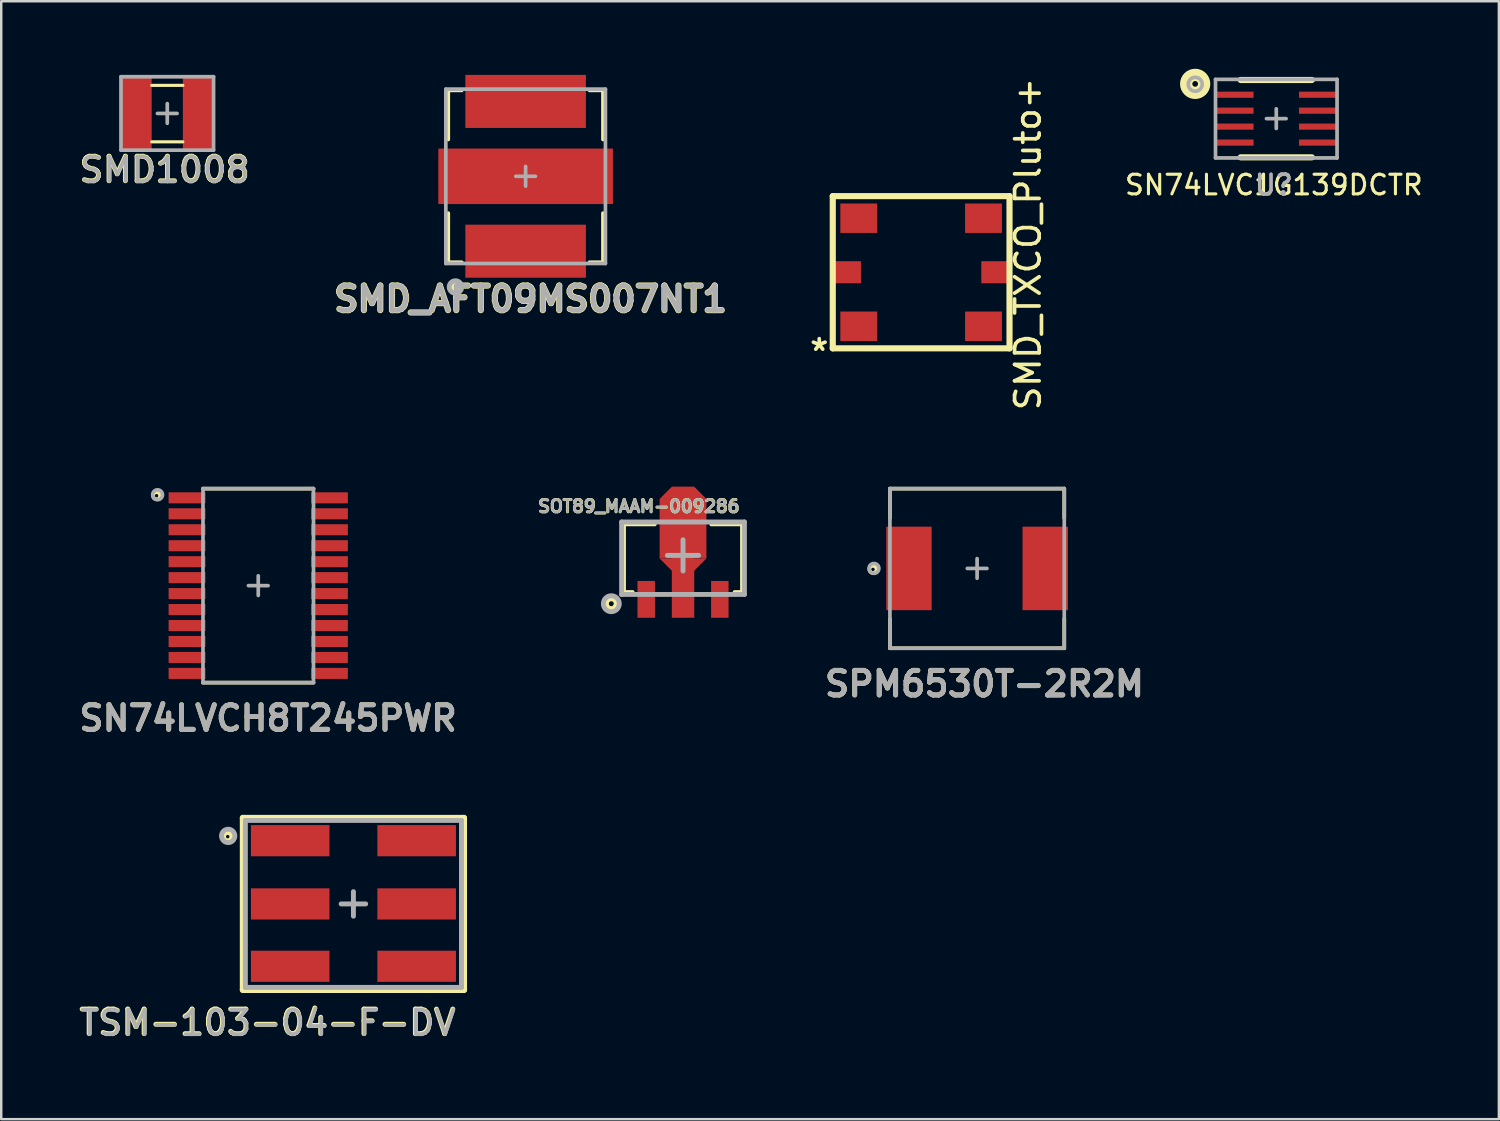
<source format=kicad_pcb>
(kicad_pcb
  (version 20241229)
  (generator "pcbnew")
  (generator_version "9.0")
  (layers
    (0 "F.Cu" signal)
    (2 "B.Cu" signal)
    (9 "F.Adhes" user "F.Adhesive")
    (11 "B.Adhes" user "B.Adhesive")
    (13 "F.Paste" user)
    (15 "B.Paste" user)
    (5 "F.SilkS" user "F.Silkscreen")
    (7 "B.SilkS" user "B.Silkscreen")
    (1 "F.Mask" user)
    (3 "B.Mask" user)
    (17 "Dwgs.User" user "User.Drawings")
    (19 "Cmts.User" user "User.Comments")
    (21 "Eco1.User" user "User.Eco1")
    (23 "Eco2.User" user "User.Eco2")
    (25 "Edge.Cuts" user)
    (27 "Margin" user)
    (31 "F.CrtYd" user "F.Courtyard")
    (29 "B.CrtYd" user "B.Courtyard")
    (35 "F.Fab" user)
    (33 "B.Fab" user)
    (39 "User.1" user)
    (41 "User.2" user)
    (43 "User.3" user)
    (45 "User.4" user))
  (footprint "SMD_AFT09MS007NT1"
    (layer "F.Cu")
    (at 18.356 4.13)
    (property "Reference" "SMD_AFT09MS007NT1" (at 0.2 5 0) (layer "F.SilkS") (effects (font (size 1 1) (thickness 0.25))))
    (attr through_hole)
    (fp_line (start -3.15 -3.5) (end -3.15 -1.5) (stroke (width 0.15) (type solid)) (layer "F.SilkS"))
    (fp_line (start -3.15 -3.5) (end -2.6 -3.5) (stroke (width 0.15) (type solid)) (layer "F.SilkS"))
    (fp_line (start -3.15 1.5) (end -3.15 3.5) (stroke (width 0.15) (type solid)) (layer "F.SilkS"))
    (fp_line (start -3.15 3.5) (end -2.6 3.5) (stroke (width 0.15) (type solid)) (layer "F.SilkS"))
    (fp_line (start 2.6 -3.5) (end 3.15 -3.5) (stroke (width 0.15) (type solid)) (layer "F.SilkS"))
    (fp_line (start 2.6 3.5) (end 3.15 3.5) (stroke (width 0.15) (type solid)) (layer "F.SilkS"))
    (fp_line (start 3.15 -3.5) (end 3.15 -1.5) (stroke (width 0.15) (type solid)) (layer "F.SilkS"))
    (fp_line (start 3.15 1.5) (end 3.15 3.5) (stroke (width 0.15) (type solid)) (layer "F.SilkS"))
    (fp_circle (center -2.857 4.508) (end -2.731 4.508) (stroke (width 0.2) (type solid)) (fill no) (layer "F.SilkS"))
    (fp_line (start -3.25 -3.55) (end -3.25 3.55) (stroke (width 0.15) (type solid)) (layer "F.Fab"))
    (fp_line (start -3.25 -3.55) (end 3.25 -3.55) (stroke (width 0.15) (type solid)) (layer "F.Fab"))
    (fp_line (start -3.25 3.55) (end 3.25 3.55) (stroke (width 0.15) (type solid)) (layer "F.Fab"))
    (fp_line (start -0.4 0) (end 0.4 0) (stroke (width 0.15) (type solid)) (layer "F.Fab"))
    (fp_line (start 0 -0.4) (end 0 0.4) (stroke (width 0.15) (type solid)) (layer "F.Fab"))
    (fp_line (start 3.25 -3.55) (end 3.25 3.55) (stroke (width 0.15) (type solid)) (layer "F.Fab"))
    (fp_circle (center -2.857 4.508) (end -2.603 4.508) (stroke (width 0.2) (type solid)) (fill no) (layer "F.Fab"))
    (fp_text user "${REFERENCE}" (at 0.2 5 0) (layer "F.Fab") (effects (font (size 1 1) (thickness 0.2))))
    (pad "1" smd rect (at 0 3.05) (size 4.91 2.16) (layers "F.Cu" "F.Mask" "F.Paste"))
    (pad "2" smd rect (at 0 -3.05) (size 4.91 2.16) (layers "F.Cu" "F.Mask" "F.Paste"))
    (pad "3" smd rect (at 0 0) (size 7.11 2.26) (layers "F.Cu" "F.Mask" "F.Paste")))
  (footprint "SOT89_MAAM-009286"
    (layer "F.Cu")
    (at 24.766 19.568)
    (property "Reference" "SOT89_MAAM-009286" (at -1.8 -2 0) (layer "F.SilkS") (effects (font (size 0.5 0.5) (thickness 0.125))))
    (attr through_hole)
    (fp_line (start -2.4 -1.26) (end -1.15 -1.26) (stroke (width 0.15) (type solid)) (layer "F.SilkS"))
    (fp_line (start -2.4 1.49) (end -2.4 -1.26) (stroke (width 0.15) (type solid)) (layer "F.SilkS"))
    (fp_line (start -2.05 1.49) (end -2.4 1.49) (stroke (width 0.15) (type solid)) (layer "F.SilkS"))
    (fp_line (start 2.1 1.49) (end 2.4 1.49) (stroke (width 0.15) (type solid)) (layer "F.SilkS"))
    (fp_line (start 2.4 -1.26) (end 1.15 -1.26) (stroke (width 0.15) (type solid)) (layer "F.SilkS"))
    (fp_line (start 2.4 1.49) (end 2.4 -1.26) (stroke (width 0.15) (type solid)) (layer "F.SilkS"))
    (fp_circle (center -2.921 1.968) (end -2.731 2.032) (stroke (width 0.2) (type solid)) (fill no) (layer "F.SilkS"))
    (fp_line (start -2.5 -1.36) (end -2.5 1.59) (stroke (width 0.2) (type solid)) (layer "F.Fab"))
    (fp_line (start -2.5 1.59) (end 2.5 1.59) (stroke (width 0.2) (type solid)) (layer "F.Fab"))
    (fp_line (start -0.635 0) (end 0.635 0) (stroke (width 0.2) (type solid)) (layer "F.Fab"))
    (fp_line (start 0 -0.635) (end 0 0.635) (stroke (width 0.2) (type solid)) (layer "F.Fab"))
    (fp_line (start 2.5 -1.36) (end -2.5 -1.36) (stroke (width 0.2) (type solid)) (layer "F.Fab"))
    (fp_line (start 2.5 1.59) (end 2.5 -1.36) (stroke (width 0.2) (type solid)) (layer "F.Fab"))
    (fp_circle (center -2.921 1.968) (end -2.603 2.032) (stroke (width 0.2) (type solid)) (fill no) (layer "F.Fab"))
    (fp_text user "${REFERENCE}" (at -1.8 -2 0) (layer "F.Fab") (effects (font (size 0.5 0.5) (thickness 0.1))))
    (pad "1" smd rect (at -1.499 1.791) (size 0.711 1.499) (layers "F.Cu" "F.Mask" "F.Paste"))
    (pad "2" smd trapezoid (at 0 -2.546) (size 1.41 0.495) (rect_delta 0 0.495) (layers "F.Cu" "F.Mask" "F.Paste"))
    (pad "2" smd rect (at 0 -0.127) (size 0.914 5.334) (layers "F.Cu" "F.Mask" "F.Paste"))
    (pad "2" smd trapezoid (at 0 0.375 180) (size 1.41 0.495) (rect_delta 0 0.495) (layers "F.Cu" "F.Mask" "F.Paste"))
    (pad "3" smd rect (at 1.499 1.791) (size 0.711 1.499) (layers "F.Cu" "F.Mask" "F.Paste"))
    (pad "4" smd rect (at 0 -1.086) (size 1.905 2.426) (layers "F.Cu" "F.Mask" "F.Paste")))
  (footprint "SN74LVCH8T245PWR"
    (layer "F.Cu")
    (at 7.467 20.799)
    (property "Reference" "SN74LVCH8T245PWR" (at 0.4 5.4 0) (layer "F.SilkS") (effects (font (size 1 1) (thickness 0.2))))
    (attr through_hole)
    (fp_line (start -2.25 -3.95) (end 2.25 -3.95) (stroke (width 0.15) (type solid)) (layer "F.SilkS"))
    (fp_line (start -2.25 3.95) (end 2.25 3.95) (stroke (width 0.15) (type solid)) (layer "F.SilkS"))
    (fp_circle (center -4.14 -3.66) (end -4.033 -3.56) (stroke (width 0.152) (type solid)) (fill no) (layer "F.SilkS"))
    (fp_line (start -2.25 -3.95) (end -2.25 3.95) (stroke (width 0.15) (type solid)) (layer "F.Fab"))
    (fp_line (start -2.25 -3.95) (end 2.25 -3.95) (stroke (width 0.15) (type solid)) (layer "F.Fab"))
    (fp_line (start -2.25 3.95) (end 2.25 3.95) (stroke (width 0.15) (type solid)) (layer "F.Fab"))
    (fp_line (start -0.4 0) (end 0.4 0) (stroke (width 0.15) (type solid)) (layer "F.Fab"))
    (fp_line (start 0 -0.4) (end 0 0.4) (stroke (width 0.15) (type solid)) (layer "F.Fab"))
    (fp_line (start 2.25 -3.95) (end 2.25 3.95) (stroke (width 0.15) (type solid)) (layer "F.Fab"))
    (fp_circle (center -4.1 -3.7) (end -3.9 -3.7) (stroke (width 0.15) (type solid)) (fill no) (layer "F.Fab"))
    (fp_text user "${REFERENCE}" (at 0.4 5.4 0) (layer "F.Fab") (effects (font (size 1 1) (thickness 0.2))))
    (pad "1" smd rect (at -2.9 -3.575) (size 1.5 0.45) (layers "F.Cu" "F.Mask" "F.Paste"))
    (pad "2" smd rect (at -2.9 -2.925) (size 1.5 0.45) (layers "F.Cu" "F.Mask" "F.Paste"))
    (pad "3" smd rect (at -2.9 -2.275) (size 1.5 0.45) (layers "F.Cu" "F.Mask" "F.Paste"))
    (pad "4" smd rect (at -2.9 -1.625) (size 1.5 0.45) (layers "F.Cu" "F.Mask" "F.Paste"))
    (pad "5" smd rect (at -2.9 -0.975) (size 1.5 0.45) (layers "F.Cu" "F.Mask" "F.Paste"))
    (pad "6" smd rect (at -2.9 -0.325) (size 1.5 0.45) (layers "F.Cu" "F.Mask" "F.Paste"))
    (pad "7" smd rect (at -2.9 0.325) (size 1.5 0.45) (layers "F.Cu" "F.Mask" "F.Paste"))
    (pad "8" smd rect (at -2.9 0.975) (size 1.5 0.45) (layers "F.Cu" "F.Mask" "F.Paste"))
    (pad "9" smd rect (at -2.9 1.625) (size 1.5 0.45) (layers "F.Cu" "F.Mask" "F.Paste"))
    (pad "10" smd rect (at -2.9 2.275) (size 1.5 0.45) (layers "F.Cu" "F.Mask" "F.Paste"))
    (pad "11" smd rect (at -2.9 2.925) (size 1.5 0.45) (layers "F.Cu" "F.Mask" "F.Paste"))
    (pad "12" smd rect (at -2.9 3.575) (size 1.5 0.45) (layers "F.Cu" "F.Mask" "F.Paste"))
    (pad "13" smd rect (at 2.9 3.575) (size 1.5 0.45) (layers "F.Cu" "F.Mask" "F.Paste"))
    (pad "14" smd rect (at 2.9 2.925) (size 1.5 0.45) (layers "F.Cu" "F.Mask" "F.Paste"))
    (pad "15" smd rect (at 2.9 2.275) (size 1.5 0.45) (layers "F.Cu" "F.Mask" "F.Paste"))
    (pad "16" smd rect (at 2.9 1.625) (size 1.5 0.45) (layers "F.Cu" "F.Mask" "F.Paste"))
    (pad "17" smd rect (at 2.9 0.975) (size 1.5 0.45) (layers "F.Cu" "F.Mask" "F.Paste"))
    (pad "18" smd rect (at 2.9 0.325) (size 1.5 0.45) (layers "F.Cu" "F.Mask" "F.Paste"))
    (pad "19" smd rect (at 2.9 -0.325) (size 1.5 0.45) (layers "F.Cu" "F.Mask" "F.Paste"))
    (pad "20" smd rect (at 2.9 -0.975) (size 1.5 0.45) (layers "F.Cu" "F.Mask" "F.Paste"))
    (pad "21" smd rect (at 2.9 -1.625) (size 1.5 0.45) (layers "F.Cu" "F.Mask" "F.Paste"))
    (pad "22" smd rect (at 2.9 -2.275) (size 1.5 0.45) (layers "F.Cu" "F.Mask" "F.Paste"))
    (pad "23" smd rect (at 2.9 -2.925) (size 1.5 0.45) (layers "F.Cu" "F.Mask" "F.Paste"))
    (pad "24" smd rect (at 2.9 -3.575) (size 1.5 0.45) (layers "F.Cu" "F.Mask" "F.Paste")))
  (footprint "TSM-103-04-F-DV"
    (layer "F.Cu")
    (at 11.343 33.762)
    (property "Reference" "TSM-103-04-F-DV" (at -3.5 4.83 0) (layer "F.SilkS") (effects (font (size 1 1) (thickness 0.2))))
    (attr through_hole)
    (fp_line (start -4.5 -3.5) (end 4.5 -3.5) (stroke (width 0.254) (type solid)) (layer "F.SilkS"))
    (fp_line (start -4.5 3.5) (end -4.5 -3.5) (stroke (width 0.254) (type solid)) (layer "F.SilkS"))
    (fp_line (start 4.5 -3.5) (end 4.5 3.5) (stroke (width 0.254) (type solid)) (layer "F.SilkS"))
    (fp_line (start 4.5 3.5) (end -4.5 3.5) (stroke (width 0.254) (type solid)) (layer "F.SilkS"))
    (fp_circle (center -5.12 -2.74) (end -4.95 -2.75) (stroke (width 0.2) (type solid)) (fill no) (layer "F.SilkS"))
    (fp_line (start -4.4 -3.4) (end 4.4 -3.4) (stroke (width 0.2) (type solid)) (layer "F.Fab"))
    (fp_line (start -4.4 3.4) (end -4.4 -3.4) (stroke (width 0.2) (type solid)) (layer "F.Fab"))
    (fp_line (start -4.4 3.4) (end 4.4 3.4) (stroke (width 0.2) (type solid)) (layer "F.Fab"))
    (fp_line (start -0.5 0) (end 0.5 0) (stroke (width 0.2) (type solid)) (layer "F.Fab"))
    (fp_line (start 0 -0.5) (end 0 0.5) (stroke (width 0.2) (type solid)) (layer "F.Fab"))
    (fp_line (start 4.4 -3.4) (end 4.4 3.4) (stroke (width 0.2) (type solid)) (layer "F.Fab"))
    (fp_circle (center -5.1 -2.77) (end -4.83 -2.74) (stroke (width 0.2) (type solid)) (fill no) (layer "F.Fab"))
    (fp_text user "${REFERENCE}" (at -3.48 4.85 0) (layer "F.Fab") (effects (font (size 1 1) (thickness 0.15))))
    (pad "1" smd rect (at -2.575 -2.575) (size 3.2 1.27) (layers "F.Cu" "F.Mask" "F.Paste"))
    (pad "2" smd rect (at 2.575 -2.575) (size 3.2 1.27) (layers "F.Cu" "F.Mask" "F.Paste"))
    (pad "3" smd rect (at -2.575 0) (size 3.2 1.27) (layers "F.Cu" "F.Mask" "F.Paste"))
    (pad "4" smd rect (at 2.575 0) (size 3.2 1.27) (layers "F.Cu" "F.Mask" "F.Paste"))
    (pad "5" smd rect (at -2.575 2.54) (size 3.2 1.27) (layers "F.Cu" "F.Mask" "F.Paste"))
    (pad "6" smd rect (at 2.575 2.54) (size 3.2 1.27) (layers "F.Cu" "F.Mask" "F.Paste")))
  (footprint "SMD_TXCO_Pluto+"
    (layer "F.Cu")
    (at 34.463 8.037)
    (property "Reference" "SMD_TXCO_Pluto+" (at 4.35 -1.15 90) (layer "F.SilkS") (effects (font (size 1 1) (thickness 0.15))))
    (attr smd)
    (fp_line (start -3.599 -3.099) (end -3.599 3.099) (stroke (width 0.25) (type solid)) (layer "F.SilkS"))
    (fp_line (start -3.599 3.099) (end 3.599 3.099) (stroke (width 0.25) (type solid)) (layer "F.SilkS"))
    (fp_line (start 3.599 -3.099) (end -3.599 -3.099) (stroke (width 0.25) (type solid)) (layer "F.SilkS"))
    (fp_line (start 3.599 3.099) (end 3.599 -3.099) (stroke (width 0.25) (type solid)) (layer "F.SilkS"))
    (fp_text user "*" (at -4.15 3.25 0) (layer "F.SilkS") (effects (font (size 1 1) (thickness 0.15))))
    (pad "1" smd rect (at 2.54 -2.2) (size 1.501 1.199) (layers "F.Cu" "F.Mask" "F.Paste"))
    (pad "2" smd rect (at -2.54 -2.2) (size 1.501 1.199) (layers "F.Cu" "F.Mask" "F.Paste"))
    (pad "3" smd rect (at -3.05 0 90) (size 0.9 1.2) (layers "F.Cu" "F.Mask" "F.Paste"))
    (pad "4" smd rect (at -2.54 2.2) (size 1.501 1.199) (layers "F.Cu" "F.Mask" "F.Paste"))
    (pad "5" smd rect (at 2.54 2.2) (size 1.501 1.199) (layers "F.Cu" "F.Mask" "F.Paste"))
    (pad "6" smd rect (at 3.05 0 90) (size 0.9 1.2) (layers "F.Cu" "F.Mask" "F.Paste")))
  (footprint "SPM6530T-2R2M"
    (layer "F.Cu")
    (at 36.742 20.099)
    (property "Reference" "SPM6530T-2R2M" (at 0.3 4.7 0) (layer "F.SilkS") (effects (font (size 1 1) (thickness 0.2))))
    (attr through_hole)
    (fp_line (start -3.55 -3.25) (end -3.55 -2.05) (stroke (width 0.15) (type solid)) (layer "F.SilkS"))
    (fp_line (start -3.55 -3.25) (end 3.55 -3.25) (stroke (width 0.15) (type solid)) (layer "F.SilkS"))
    (fp_line (start -3.55 2.05) (end -3.55 3.25) (stroke (width 0.15) (type solid)) (layer "F.SilkS"))
    (fp_line (start -3.55 3.25) (end 3.55 3.25) (stroke (width 0.15) (type solid)) (layer "F.SilkS"))
    (fp_line (start 3.55 -3.25) (end 3.55 -2.05) (stroke (width 0.15) (type solid)) (layer "F.SilkS"))
    (fp_line (start 3.55 2.05) (end 3.55 3.25) (stroke (width 0.15) (type solid)) (layer "F.SilkS"))
    (fp_circle (center -4.24 0.04) (end -4.133 0.14) (stroke (width 0.152) (type solid)) (fill no) (layer "F.SilkS"))
    (fp_line (start -3.55 -3.25) (end -3.55 3.25) (stroke (width 0.15) (type solid)) (layer "F.Fab"))
    (fp_line (start -3.55 -3.25) (end 3.55 -3.25) (stroke (width 0.15) (type solid)) (layer "F.Fab"))
    (fp_line (start -3.55 3.25) (end 3.55 3.25) (stroke (width 0.15) (type solid)) (layer "F.Fab"))
    (fp_line (start -0.4 0) (end 0.4 0) (stroke (width 0.15) (type solid)) (layer "F.Fab"))
    (fp_line (start 0 -0.4) (end 0 0.4) (stroke (width 0.15) (type solid)) (layer "F.Fab"))
    (fp_line (start 3.55 -3.25) (end 3.55 3.25) (stroke (width 0.15) (type solid)) (layer "F.Fab"))
    (fp_circle (center -4.2 0) (end -4 0) (stroke (width 0.15) (type solid)) (fill no) (layer "F.Fab"))
    (fp_text user "${REFERENCE}" (at 0.3 4.7 0) (layer "F.Fab") (effects (font (size 1 1) (thickness 0.2))))
    (pad "1" smd rect (at -2.775 0) (size 1.85 3.4) (layers "F.Cu" "F.Mask" "F.Paste"))
    (pad "2" smd rect (at 2.775 0) (size 1.85 3.4) (layers "F.Cu" "F.Mask" "F.Paste")))
  (footprint "SN74LVC1G139DCTR"
    (layer "F.Cu")
    (at 48.926 1.782)
    (property "Reference" "SN74LVC1G139DCTR" (at -0.1 2.7 0) (layer "F.SilkS") (effects (font (size 0.8 0.8) (thickness 0.125))))
    (attr smd)
    (fp_line (start -1.45 -1.575) (end 1.45 -1.575) (stroke (width 0.25) (type solid)) (layer "F.SilkS"))
    (fp_line (start -1.45 1.575) (end 1.45 1.575) (stroke (width 0.25) (type solid)) (layer "F.SilkS"))
    (fp_circle (center -3.303 -1.416) (end -3.201 -1.472) (stroke (width 0.5) (type solid)) (fill no) (layer "F.SilkS"))
    (fp_line (start -2.475 -1.6) (end 2.475 -1.6) (stroke (width 0.15) (type solid)) (layer "F.Fab"))
    (fp_line (start -2.475 1.6) (end -2.475 -1.6) (stroke (width 0.15) (type solid)) (layer "F.Fab"))
    (fp_line (start -0.4 0) (end 0.4 0) (stroke (width 0.15) (type solid)) (layer "F.Fab"))
    (fp_line (start 0 -0.4) (end 0 0.4) (stroke (width 0.15) (type solid)) (layer "F.Fab"))
    (fp_line (start 2.475 -1.6) (end 2.475 1.6) (stroke (width 0.15) (type solid)) (layer "F.Fab"))
    (fp_line (start 2.475 1.6) (end -2.475 1.6) (stroke (width 0.15) (type solid)) (layer "F.Fab"))
    (fp_circle (center -3.3 -1.4) (end -3.1 -1.2) (stroke (width 0.15) (type solid)) (fill no) (layer "F.Fab"))
    (fp_text user "U?" (at -0.1 2.7 0) (layer "F.Fab") (effects (font (size 0.8 0.8) (thickness 0.15))))
    (pad "1" smd rect (at -1.7 -0.975) (size 1.55 0.25) (layers "F.Cu" "F.Mask" "F.Paste"))
    (pad "2" smd rect (at -1.7 -0.325) (size 1.55 0.25) (layers "F.Cu" "F.Mask" "F.Paste"))
    (pad "3" smd rect (at -1.7 0.325) (size 1.55 0.25) (layers "F.Cu" "F.Mask" "F.Paste"))
    (pad "4" smd rect (at -1.7 0.975) (size 1.55 0.25) (layers "F.Cu" "F.Mask" "F.Paste"))
    (pad "5" smd rect (at 1.7 0.975) (size 1.55 0.25) (layers "F.Cu" "F.Mask" "F.Paste"))
    (pad "6" smd rect (at 1.7 0.325) (size 1.55 0.25) (layers "F.Cu" "F.Mask" "F.Paste"))
    (pad "7" smd rect (at 1.7 -0.325) (size 1.55 0.25) (layers "F.Cu" "F.Mask" "F.Paste"))
    (pad "8" smd rect (at 1.7 -0.975) (size 1.55 0.25) (layers "F.Cu" "F.Mask" "F.Paste")))
  (footprint "SMD1008"
    (layer "F.Cu")
    (at 3.762 1.57)
    (property "Reference" "SMD1008" (at -0.11 2.29 0) (layer "F.SilkS") (effects (font (size 1 1) (thickness 0.2))))
    (attr smd)
    (fp_line (start 0.635 -1.143) (end -0.635 -1.143) (stroke (width 0.127) (type solid)) (layer "F.SilkS"))
    (fp_line (start 0.635 1.157) (end -0.635 1.157) (stroke (width 0.127) (type solid)) (layer "F.SilkS"))
    (fp_line (start -1.885 -1.495) (end 1.885 -1.495) (stroke (width 0.15) (type solid)) (layer "F.Fab"))
    (fp_line (start -1.885 1.495) (end -1.885 -1.495) (stroke (width 0.15) (type solid)) (layer "F.Fab"))
    (fp_line (start -0.4 0) (end 0.4 0) (stroke (width 0.15) (type solid)) (layer "F.Fab"))
    (fp_line (start 0 -0.4) (end 0 0.4) (stroke (width 0.15) (type solid)) (layer "F.Fab"))
    (fp_line (start 1.885 -1.495) (end 1.885 1.495) (stroke (width 0.15) (type solid)) (layer "F.Fab"))
    (fp_line (start 1.885 1.495) (end -1.885 1.495) (stroke (width 0.15) (type solid)) (layer "F.Fab"))
    (fp_text user "${REFERENCE}" (at -0.1 2.3 0) (layer "F.Fab") (effects (font (size 1 1) (thickness 0.15))))
    (pad "1" smd rect (at -1.245 0) (size 1.22 2.99) (layers "F.Cu" "F.Mask" "F.Paste"))
    (pad "2" smd rect (at 1.245 0) (size 1.22 2.99) (layers "F.Cu" "F.Mask" "F.Paste")))
  (gr_rect
    (start -3 -3)
    (end 57.991 42.528)
    (stroke (width 0.1) (type default))
    (fill no)
    (layer "Edge.Cuts")))
</source>
